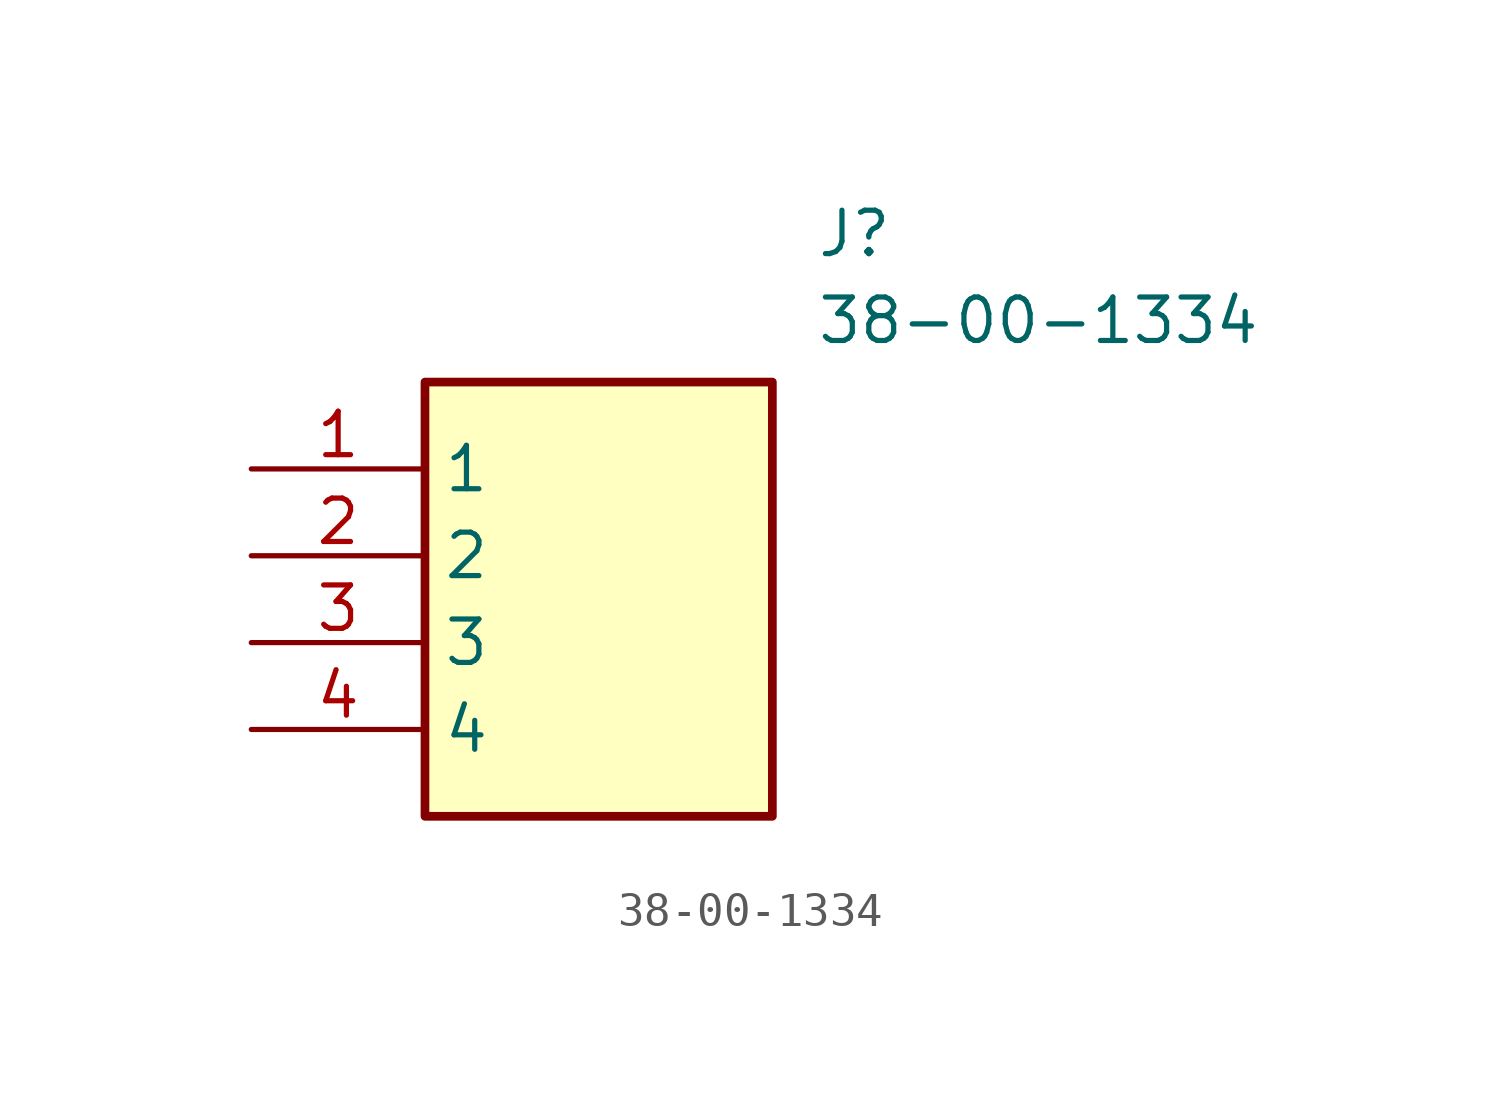
<source format=kicad_sym>
(kicad_symbol_lib
  (version 20211014)
  (generator SamacSys_ECAD_Model)
  (symbol "38-00-1334"
    (property "Reference" "J"
      (at 16.51 7.62 0)
      (effects (font (size 1.27 1.27)) (justify left top)))
    (property "Value" "38-00-1334"
      (at 16.51 5.08 0)
      (effects (font (size 1.27 1.27)) (justify left top)))
    (rectangle
      (start 5.08 2.54)
      (end 15.24 -10.16)
      (stroke (width 0.254) (type default))
      (fill (type background)))
    (pin passive line
      (at 0 0 0)
      (length 5.08)
      (name "1" (effects (font (size 1.27 1.27))))
      (number "1" (effects (font (size 1.27 1.27)))))
    (pin passive line
      (at 0 -2.54 0)
      (length 5.08)
      (name "2" (effects (font (size 1.27 1.27))))
      (number "2" (effects (font (size 1.27 1.27)))))
    (pin passive line
      (at 0 -5.08 0)
      (length 5.08)
      (name "3" (effects (font (size 1.27 1.27))))
      (number "3" (effects (font (size 1.27 1.27)))))
    (pin passive line
      (at 0 -7.62 0)
      (length 5.08)
      (name "4" (effects (font (size 1.27 1.27))))
      (number "4" (effects (font (size 1.27 1.27)))))))
</source>
